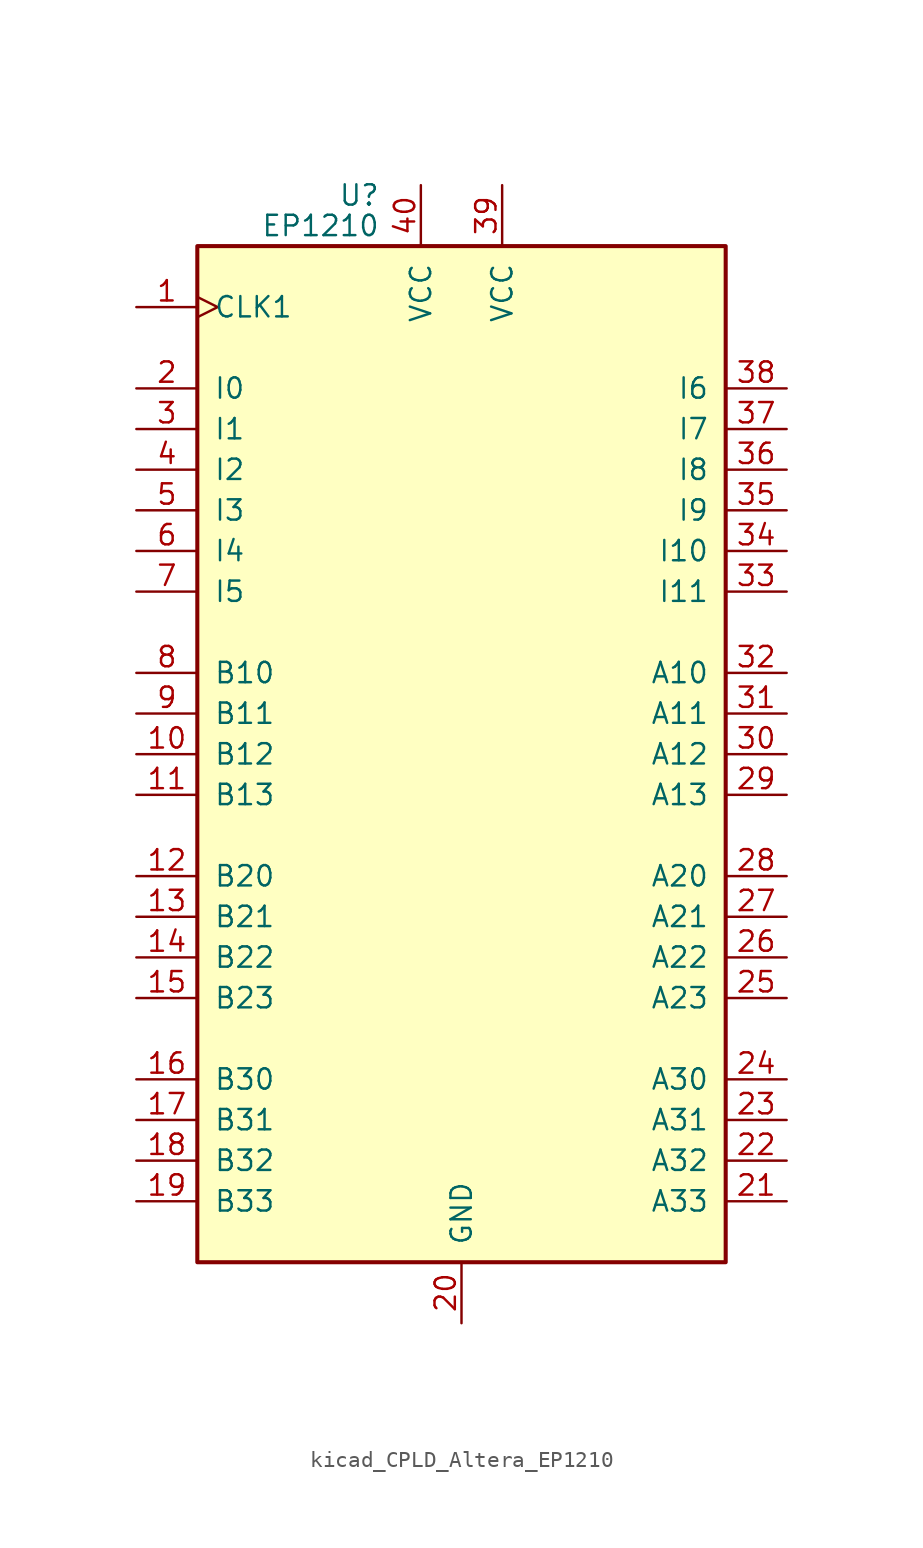
<source format=kicad_sym>
(kicad_symbol_lib
  (version 20220914)
  (generator kicad_symbol_editor)
  (symbol "kicad_CPLD_Altera_EP1210"
    (pin_names
      (offset 1.016))
    (property "Reference" "U"
      (at -5.08 34.925 0)
      (effects (font (size 1.27 1.27)) (justify right)))
    (property "Value" "EP1210"
      (at -5.08 33.02 0)
      (effects (font (size 1.27 1.27)) (justify right)))
    (symbol "kicad_CPLD_Altera_EP1210_0_1"
      (rectangle (start -16.51 -31.75) (end 16.51 31.75) (stroke (width 0.254) (type default)) (fill (type background))))
    (symbol "kicad_CPLD_Altera_EP1210_1_1"
      (pin input clock (at -20.32 27.94 0) (length 3.81) (name "CLK1" (effects (font (size 1.27 1.27)))) (number "1" (effects (font (size 1.27 1.27)))))
      (pin input line (at -20.32 0 0) (length 3.81) (name "B12" (effects (font (size 1.27 1.27)))) (number "10" (effects (font (size 1.27 1.27)))))
      (pin input line (at -20.32 -2.54 0) (length 3.81) (name "B13" (effects (font (size 1.27 1.27)))) (number "11" (effects (font (size 1.27 1.27)))))
      (pin input line (at -20.32 -7.62 0) (length 3.81) (name "B20" (effects (font (size 1.27 1.27)))) (number "12" (effects (font (size 1.27 1.27)))))
      (pin input line (at -20.32 -10.16 0) (length 3.81) (name "B21" (effects (font (size 1.27 1.27)))) (number "13" (effects (font (size 1.27 1.27)))))
      (pin input line (at -20.32 -12.7 0) (length 3.81) (name "B22" (effects (font (size 1.27 1.27)))) (number "14" (effects (font (size 1.27 1.27)))))
      (pin input line (at -20.32 -15.24 0) (length 3.81) (name "B23" (effects (font (size 1.27 1.27)))) (number "15" (effects (font (size 1.27 1.27)))))
      (pin input line (at -20.32 -20.32 0) (length 3.81) (name "B30" (effects (font (size 1.27 1.27)))) (number "16" (effects (font (size 1.27 1.27)))))
      (pin input line (at -20.32 -22.86 0) (length 3.81) (name "B31" (effects (font (size 1.27 1.27)))) (number "17" (effects (font (size 1.27 1.27)))))
      (pin input line (at -20.32 -25.4 0) (length 3.81) (name "B32" (effects (font (size 1.27 1.27)))) (number "18" (effects (font (size 1.27 1.27)))))
      (pin input line (at -20.32 -27.94 0) (length 3.81) (name "B33" (effects (font (size 1.27 1.27)))) (number "19" (effects (font (size 1.27 1.27)))))
      (pin input line (at -20.32 22.86 0) (length 3.81) (name "I0" (effects (font (size 1.27 1.27)))) (number "2" (effects (font (size 1.27 1.27)))))
      (pin power_in line (at 0 -35.56 90) (length 3.81) (name "GND" (effects (font (size 1.27 1.27)))) (number "20" (effects (font (size 1.27 1.27)))))
      (pin input line (at 20.32 -27.94 180) (length 3.81) (name "A33" (effects (font (size 1.27 1.27)))) (number "21" (effects (font (size 1.27 1.27)))))
      (pin input line (at 20.32 -25.4 180) (length 3.81) (name "A32" (effects (font (size 1.27 1.27)))) (number "22" (effects (font (size 1.27 1.27)))))
      (pin input line (at 20.32 -22.86 180) (length 3.81) (name "A31" (effects (font (size 1.27 1.27)))) (number "23" (effects (font (size 1.27 1.27)))))
      (pin input line (at 20.32 -20.32 180) (length 3.81) (name "A30" (effects (font (size 1.27 1.27)))) (number "24" (effects (font (size 1.27 1.27)))))
      (pin input line (at 20.32 -15.24 180) (length 3.81) (name "A23" (effects (font (size 1.27 1.27)))) (number "25" (effects (font (size 1.27 1.27)))))
      (pin input line (at 20.32 -12.7 180) (length 3.81) (name "A22" (effects (font (size 1.27 1.27)))) (number "26" (effects (font (size 1.27 1.27)))))
      (pin input line (at 20.32 -10.16 180) (length 3.81) (name "A21" (effects (font (size 1.27 1.27)))) (number "27" (effects (font (size 1.27 1.27)))))
      (pin input line (at 20.32 -7.62 180) (length 3.81) (name "A20" (effects (font (size 1.27 1.27)))) (number "28" (effects (font (size 1.27 1.27)))))
      (pin input line (at 20.32 -2.54 180) (length 3.81) (name "A13" (effects (font (size 1.27 1.27)))) (number "29" (effects (font (size 1.27 1.27)))))
      (pin input line (at -20.32 20.32 0) (length 3.81) (name "I1" (effects (font (size 1.27 1.27)))) (number "3" (effects (font (size 1.27 1.27)))))
      (pin input line (at 20.32 0 180) (length 3.81) (name "A12" (effects (font (size 1.27 1.27)))) (number "30" (effects (font (size 1.27 1.27)))))
      (pin input line (at 20.32 2.54 180) (length 3.81) (name "A11" (effects (font (size 1.27 1.27)))) (number "31" (effects (font (size 1.27 1.27)))))
      (pin input line (at 20.32 5.08 180) (length 3.81) (name "A10" (effects (font (size 1.27 1.27)))) (number "32" (effects (font (size 1.27 1.27)))))
      (pin input line (at 20.32 10.16 180) (length 3.81) (name "I11" (effects (font (size 1.27 1.27)))) (number "33" (effects (font (size 1.27 1.27)))))
      (pin input line (at 20.32 12.7 180) (length 3.81) (name "I10" (effects (font (size 1.27 1.27)))) (number "34" (effects (font (size 1.27 1.27)))))
      (pin input line (at 20.32 15.24 180) (length 3.81) (name "I9" (effects (font (size 1.27 1.27)))) (number "35" (effects (font (size 1.27 1.27)))))
      (pin input line (at 20.32 17.78 180) (length 3.81) (name "I8" (effects (font (size 1.27 1.27)))) (number "36" (effects (font (size 1.27 1.27)))))
      (pin input line (at 20.32 20.32 180) (length 3.81) (name "I7" (effects (font (size 1.27 1.27)))) (number "37" (effects (font (size 1.27 1.27)))))
      (pin input line (at 20.32 22.86 180) (length 3.81) (name "I6" (effects (font (size 1.27 1.27)))) (number "38" (effects (font (size 1.27 1.27)))))
      (pin power_in line (at 2.54 35.56 270) (length 3.81) (name "VCC" (effects (font (size 1.27 1.27)))) (number "39" (effects (font (size 1.27 1.27)))))
      (pin input line (at -20.32 17.78 0) (length 3.81) (name "I2" (effects (font (size 1.27 1.27)))) (number "4" (effects (font (size 1.27 1.27)))))
      (pin power_in line (at -2.54 35.56 270) (length 3.81) (name "VCC" (effects (font (size 1.27 1.27)))) (number "40" (effects (font (size 1.27 1.27)))))
      (pin input line (at -20.32 15.24 0) (length 3.81) (name "I3" (effects (font (size 1.27 1.27)))) (number "5" (effects (font (size 1.27 1.27)))))
      (pin input line (at -20.32 12.7 0) (length 3.81) (name "I4" (effects (font (size 1.27 1.27)))) (number "6" (effects (font (size 1.27 1.27)))))
      (pin input line (at -20.32 10.16 0) (length 3.81) (name "I5" (effects (font (size 1.27 1.27)))) (number "7" (effects (font (size 1.27 1.27)))))
      (pin input line (at -20.32 5.08 0) (length 3.81) (name "B10" (effects (font (size 1.27 1.27)))) (number "8" (effects (font (size 1.27 1.27)))))
      (pin input line (at -20.32 2.54 0) (length 3.81) (name "B11" (effects (font (size 1.27 1.27)))) (number "9" (effects (font (size 1.27 1.27))))))))
</source>
